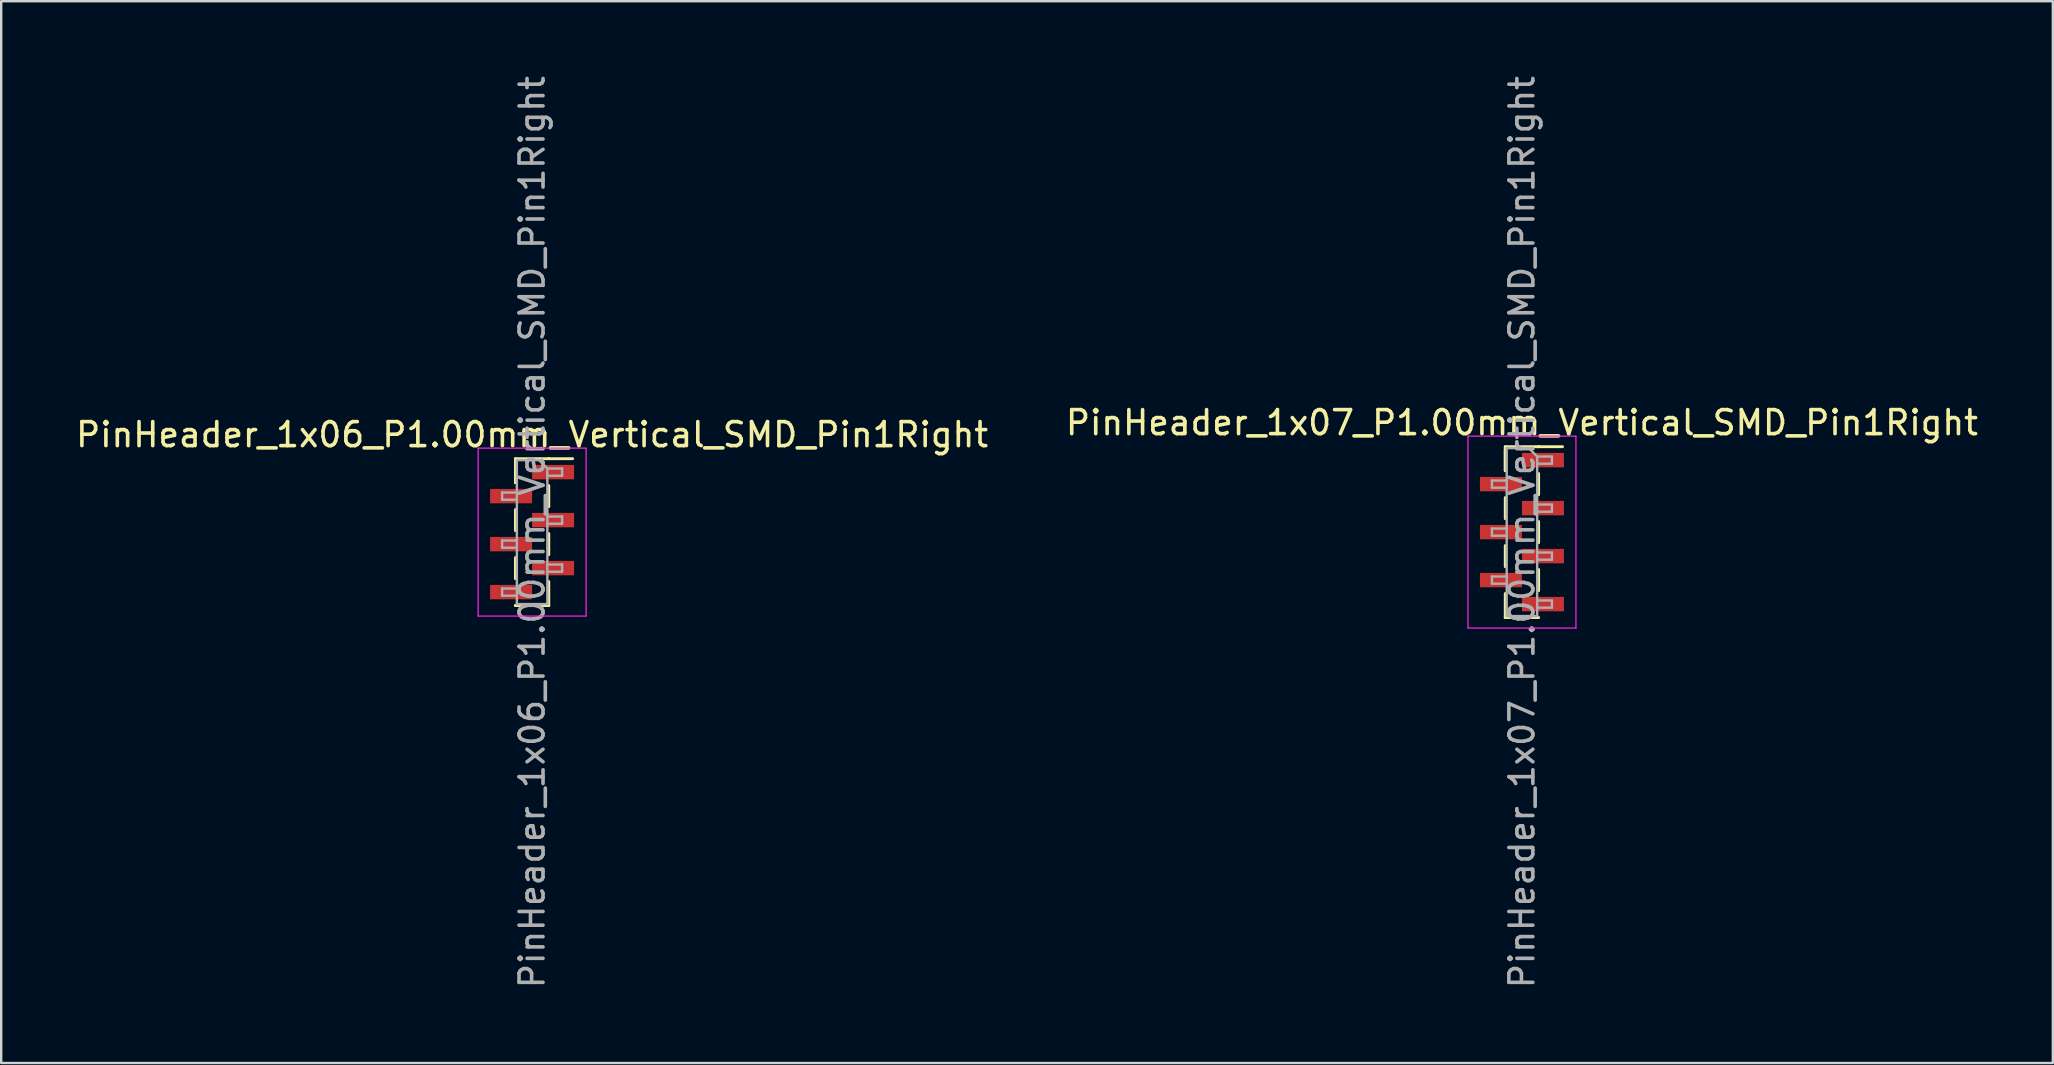
<source format=kicad_pcb>
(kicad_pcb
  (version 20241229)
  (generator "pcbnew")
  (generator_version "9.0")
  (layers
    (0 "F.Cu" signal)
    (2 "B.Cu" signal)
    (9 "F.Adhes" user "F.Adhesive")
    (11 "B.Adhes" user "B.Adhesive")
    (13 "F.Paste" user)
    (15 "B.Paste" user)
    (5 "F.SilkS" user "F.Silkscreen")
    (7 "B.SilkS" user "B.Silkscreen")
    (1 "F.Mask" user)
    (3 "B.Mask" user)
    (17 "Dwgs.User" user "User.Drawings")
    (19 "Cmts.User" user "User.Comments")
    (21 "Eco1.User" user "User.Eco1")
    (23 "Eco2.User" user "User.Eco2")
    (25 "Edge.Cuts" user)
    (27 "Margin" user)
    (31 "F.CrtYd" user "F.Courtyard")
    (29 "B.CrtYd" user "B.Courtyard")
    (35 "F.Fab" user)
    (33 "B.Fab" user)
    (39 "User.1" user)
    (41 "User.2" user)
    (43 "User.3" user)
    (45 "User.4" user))
  (footprint "PinHeader_1x07_P1.00mm_Vertical_SMD_Pin1Right"
    (layer "F.Cu")
    (at 60.375 19.125)
    (property "Reference" "PinHeader_1x07_P1.00mm_Vertical_SMD_Pin1Right" (at 0 -4.56 0) (layer "F.SilkS") (effects (font (size 1 1) (thickness 0.15))))
    (attr smd)
    (fp_line (start -0.695 -3.56) (end -0.695 -2.56) (stroke (width 0.12) (type solid)) (layer "F.SilkS"))
    (fp_line (start -0.695 -3.56) (end 0.695 -3.56) (stroke (width 0.12) (type solid)) (layer "F.SilkS"))
    (fp_line (start -0.695 -3.44) (end -0.695 -2.56) (stroke (width 0.12) (type solid)) (layer "F.SilkS"))
    (fp_line (start -0.695 -1.44) (end -0.695 -0.56) (stroke (width 0.12) (type solid)) (layer "F.SilkS"))
    (fp_line (start -0.695 0.56) (end -0.695 1.44) (stroke (width 0.12) (type solid)) (layer "F.SilkS"))
    (fp_line (start -0.695 2.56) (end -0.695 3.56) (stroke (width 0.12) (type solid)) (layer "F.SilkS"))
    (fp_line (start -0.695 3.56) (end -0.695 3.56) (stroke (width 0.12) (type solid)) (layer "F.SilkS"))
    (fp_line (start -0.695 3.56) (end 0.695 3.56) (stroke (width 0.12) (type solid)) (layer "F.SilkS"))
    (fp_line (start 0.695 -3.56) (end 0.695 -3.56) (stroke (width 0.12) (type solid)) (layer "F.SilkS"))
    (fp_line (start 0.695 -3.56) (end 1.69 -3.56) (stroke (width 0.12) (type solid)) (layer "F.SilkS"))
    (fp_line (start 0.695 -2.44) (end 0.695 -1.56) (stroke (width 0.12) (type solid)) (layer "F.SilkS"))
    (fp_line (start 0.695 -0.44) (end 0.695 0.44) (stroke (width 0.12) (type solid)) (layer "F.SilkS"))
    (fp_line (start 0.695 1.56) (end 0.695 2.44) (stroke (width 0.12) (type solid)) (layer "F.SilkS"))
    (fp_line (start -2.25 -4) (end -2.25 4) (stroke (width 0.05) (type solid)) (layer "F.CrtYd"))
    (fp_line (start -2.25 4) (end 2.25 4) (stroke (width 0.05) (type solid)) (layer "F.CrtYd"))
    (fp_line (start 2.25 -4) (end -2.25 -4) (stroke (width 0.05) (type solid)) (layer "F.CrtYd"))
    (fp_line (start 2.25 4) (end 2.25 -4) (stroke (width 0.05) (type solid)) (layer "F.CrtYd"))
    (fp_line (start -1.25 -2.15) (end -1.25 -1.85) (stroke (width 0.1) (type solid)) (layer "F.Fab"))
    (fp_line (start -1.25 -1.85) (end -0.635 -1.85) (stroke (width 0.1) (type solid)) (layer "F.Fab"))
    (fp_line (start -1.25 -0.15) (end -1.25 0.15) (stroke (width 0.1) (type solid)) (layer "F.Fab"))
    (fp_line (start -1.25 0.15) (end -0.635 0.15) (stroke (width 0.1) (type solid)) (layer "F.Fab"))
    (fp_line (start -1.25 1.85) (end -1.25 2.15) (stroke (width 0.1) (type solid)) (layer "F.Fab"))
    (fp_line (start -1.25 2.15) (end -0.635 2.15) (stroke (width 0.1) (type solid)) (layer "F.Fab"))
    (fp_line (start -0.635 -3.5) (end -0.635 3.5) (stroke (width 0.1) (type solid)) (layer "F.Fab"))
    (fp_line (start -0.635 -3.5) (end 0.285 -3.5) (stroke (width 0.1) (type solid)) (layer "F.Fab"))
    (fp_line (start -0.635 -2.15) (end -1.25 -2.15) (stroke (width 0.1) (type solid)) (layer "F.Fab"))
    (fp_line (start -0.635 -0.15) (end -1.25 -0.15) (stroke (width 0.1) (type solid)) (layer "F.Fab"))
    (fp_line (start -0.635 1.85) (end -1.25 1.85) (stroke (width 0.1) (type solid)) (layer "F.Fab"))
    (fp_line (start 0.635 -3.15) (end 0.285 -3.5) (stroke (width 0.1) (type solid)) (layer "F.Fab"))
    (fp_line (start 0.635 -3.15) (end 1.25 -3.15) (stroke (width 0.1) (type solid)) (layer "F.Fab"))
    (fp_line (start 0.635 -1.15) (end 1.25 -1.15) (stroke (width 0.1) (type solid)) (layer "F.Fab"))
    (fp_line (start 0.635 0.85) (end 1.25 0.85) (stroke (width 0.1) (type solid)) (layer "F.Fab"))
    (fp_line (start 0.635 2.85) (end 1.25 2.85) (stroke (width 0.1) (type solid)) (layer "F.Fab"))
    (fp_line (start 0.635 3.5) (end -0.635 3.5) (stroke (width 0.1) (type solid)) (layer "F.Fab"))
    (fp_line (start 0.635 3.5) (end 0.635 -3.15) (stroke (width 0.1) (type solid)) (layer "F.Fab"))
    (fp_line (start 1.25 -3.15) (end 1.25 -2.85) (stroke (width 0.1) (type solid)) (layer "F.Fab"))
    (fp_line (start 1.25 -2.85) (end 0.635 -2.85) (stroke (width 0.1) (type solid)) (layer "F.Fab"))
    (fp_line (start 1.25 -1.15) (end 1.25 -0.85) (stroke (width 0.1) (type solid)) (layer "F.Fab"))
    (fp_line (start 1.25 -0.85) (end 0.635 -0.85) (stroke (width 0.1) (type solid)) (layer "F.Fab"))
    (fp_line (start 1.25 0.85) (end 1.25 1.15) (stroke (width 0.1) (type solid)) (layer "F.Fab"))
    (fp_line (start 1.25 1.15) (end 0.635 1.15) (stroke (width 0.1) (type solid)) (layer "F.Fab"))
    (fp_line (start 1.25 2.85) (end 1.25 3.15) (stroke (width 0.1) (type solid)) (layer "F.Fab"))
    (fp_line (start 1.25 3.15) (end 0.635 3.15) (stroke (width 0.1) (type solid)) (layer "F.Fab"))
    (fp_text user "${REFERENCE}" (at 0 0 90) (layer "F.Fab") (effects (font (size 1 1) (thickness 0.15))))
    (pad "1" smd rect (at 0.875 -3) (size 1.75 0.6) (layers "F.Cu" "F.Mask" "F.Paste"))
    (pad "2" smd rect (at -0.875 -2) (size 1.75 0.6) (layers "F.Cu" "F.Mask" "F.Paste"))
    (pad "3" smd rect (at 0.875 -1) (size 1.75 0.6) (layers "F.Cu" "F.Mask" "F.Paste"))
    (pad "4" smd rect (at -0.875 0) (size 1.75 0.6) (layers "F.Cu" "F.Mask" "F.Paste"))
    (pad "5" smd rect (at 0.875 1) (size 1.75 0.6) (layers "F.Cu" "F.Mask" "F.Paste"))
    (pad "6" smd rect (at -0.875 2) (size 1.75 0.6) (layers "F.Cu" "F.Mask" "F.Paste"))
    (pad "7" smd rect (at 0.875 3) (size 1.75 0.6) (layers "F.Cu" "F.Mask" "F.Paste")))
  (footprint "PinHeader_1x06_P1.00mm_Vertical_SMD_Pin1Right"
    (layer "F.Cu")
    (at 19.125 19.125)
    (property "Reference" "PinHeader_1x06_P1.00mm_Vertical_SMD_Pin1Right" (at 0 -4.06 0) (layer "F.SilkS") (effects (font (size 1 1) (thickness 0.15))))
    (attr smd)
    (fp_line (start -0.695 -3.06) (end -0.695 -2.06) (stroke (width 0.12) (type solid)) (layer "F.SilkS"))
    (fp_line (start -0.695 -3.06) (end 0.695 -3.06) (stroke (width 0.12) (type solid)) (layer "F.SilkS"))
    (fp_line (start -0.695 -2.94) (end -0.695 -2.06) (stroke (width 0.12) (type solid)) (layer "F.SilkS"))
    (fp_line (start -0.695 -0.94) (end -0.695 -0.06) (stroke (width 0.12) (type solid)) (layer "F.SilkS"))
    (fp_line (start -0.695 1.06) (end -0.695 1.94) (stroke (width 0.12) (type solid)) (layer "F.SilkS"))
    (fp_line (start -0.695 3.06) (end -0.695 3.06) (stroke (width 0.12) (type solid)) (layer "F.SilkS"))
    (fp_line (start -0.695 3.06) (end 0.695 3.06) (stroke (width 0.12) (type solid)) (layer "F.SilkS"))
    (fp_line (start 0.695 -3.06) (end 0.695 -3.06) (stroke (width 0.12) (type solid)) (layer "F.SilkS"))
    (fp_line (start 0.695 -3.06) (end 1.69 -3.06) (stroke (width 0.12) (type solid)) (layer "F.SilkS"))
    (fp_line (start 0.695 -1.94) (end 0.695 -1.06) (stroke (width 0.12) (type solid)) (layer "F.SilkS"))
    (fp_line (start 0.695 0.06) (end 0.695 0.94) (stroke (width 0.12) (type solid)) (layer "F.SilkS"))
    (fp_line (start 0.695 2.06) (end 0.695 3.06) (stroke (width 0.12) (type solid)) (layer "F.SilkS"))
    (fp_line (start -2.25 -3.5) (end -2.25 3.5) (stroke (width 0.05) (type solid)) (layer "F.CrtYd"))
    (fp_line (start -2.25 3.5) (end 2.25 3.5) (stroke (width 0.05) (type solid)) (layer "F.CrtYd"))
    (fp_line (start 2.25 -3.5) (end -2.25 -3.5) (stroke (width 0.05) (type solid)) (layer "F.CrtYd"))
    (fp_line (start 2.25 3.5) (end 2.25 -3.5) (stroke (width 0.05) (type solid)) (layer "F.CrtYd"))
    (fp_line (start -1.25 -1.65) (end -1.25 -1.35) (stroke (width 0.1) (type solid)) (layer "F.Fab"))
    (fp_line (start -1.25 -1.35) (end -0.635 -1.35) (stroke (width 0.1) (type solid)) (layer "F.Fab"))
    (fp_line (start -1.25 0.35) (end -1.25 0.65) (stroke (width 0.1) (type solid)) (layer "F.Fab"))
    (fp_line (start -1.25 0.65) (end -0.635 0.65) (stroke (width 0.1) (type solid)) (layer "F.Fab"))
    (fp_line (start -1.25 2.35) (end -1.25 2.65) (stroke (width 0.1) (type solid)) (layer "F.Fab"))
    (fp_line (start -1.25 2.65) (end -0.635 2.65) (stroke (width 0.1) (type solid)) (layer "F.Fab"))
    (fp_line (start -0.635 -3) (end -0.635 3) (stroke (width 0.1) (type solid)) (layer "F.Fab"))
    (fp_line (start -0.635 -3) (end 0.285 -3) (stroke (width 0.1) (type solid)) (layer "F.Fab"))
    (fp_line (start -0.635 -1.65) (end -1.25 -1.65) (stroke (width 0.1) (type solid)) (layer "F.Fab"))
    (fp_line (start -0.635 0.35) (end -1.25 0.35) (stroke (width 0.1) (type solid)) (layer "F.Fab"))
    (fp_line (start -0.635 2.35) (end -1.25 2.35) (stroke (width 0.1) (type solid)) (layer "F.Fab"))
    (fp_line (start 0.635 -2.65) (end 0.285 -3) (stroke (width 0.1) (type solid)) (layer "F.Fab"))
    (fp_line (start 0.635 -2.65) (end 1.25 -2.65) (stroke (width 0.1) (type solid)) (layer "F.Fab"))
    (fp_line (start 0.635 -0.65) (end 1.25 -0.65) (stroke (width 0.1) (type solid)) (layer "F.Fab"))
    (fp_line (start 0.635 1.35) (end 1.25 1.35) (stroke (width 0.1) (type solid)) (layer "F.Fab"))
    (fp_line (start 0.635 3) (end -0.635 3) (stroke (width 0.1) (type solid)) (layer "F.Fab"))
    (fp_line (start 0.635 3) (end 0.635 -2.65) (stroke (width 0.1) (type solid)) (layer "F.Fab"))
    (fp_line (start 1.25 -2.65) (end 1.25 -2.35) (stroke (width 0.1) (type solid)) (layer "F.Fab"))
    (fp_line (start 1.25 -2.35) (end 0.635 -2.35) (stroke (width 0.1) (type solid)) (layer "F.Fab"))
    (fp_line (start 1.25 -0.65) (end 1.25 -0.35) (stroke (width 0.1) (type solid)) (layer "F.Fab"))
    (fp_line (start 1.25 -0.35) (end 0.635 -0.35) (stroke (width 0.1) (type solid)) (layer "F.Fab"))
    (fp_line (start 1.25 1.35) (end 1.25 1.65) (stroke (width 0.1) (type solid)) (layer "F.Fab"))
    (fp_line (start 1.25 1.65) (end 0.635 1.65) (stroke (width 0.1) (type solid)) (layer "F.Fab"))
    (fp_text user "${REFERENCE}" (at 0 0 90) (layer "F.Fab") (effects (font (size 1 1) (thickness 0.15))))
    (pad "1" smd rect (at 0.875 -2.5) (size 1.75 0.6) (layers "F.Cu" "F.Mask" "F.Paste"))
    (pad "2" smd rect (at -0.875 -1.5) (size 1.75 0.6) (layers "F.Cu" "F.Mask" "F.Paste"))
    (pad "3" smd rect (at 0.875 -0.5) (size 1.75 0.6) (layers "F.Cu" "F.Mask" "F.Paste"))
    (pad "4" smd rect (at -0.875 0.5) (size 1.75 0.6) (layers "F.Cu" "F.Mask" "F.Paste"))
    (pad "5" smd rect (at 0.875 1.5) (size 1.75 0.6) (layers "F.Cu" "F.Mask" "F.Paste"))
    (pad "6" smd rect (at -0.875 2.5) (size 1.75 0.6) (layers "F.Cu" "F.Mask" "F.Paste")))
  (gr_rect
    (start -3 -3)
    (end 82.5 41.25)
    (stroke (width 0.1) (type default))
    (fill no)
    (layer "Edge.Cuts")))
</source>
